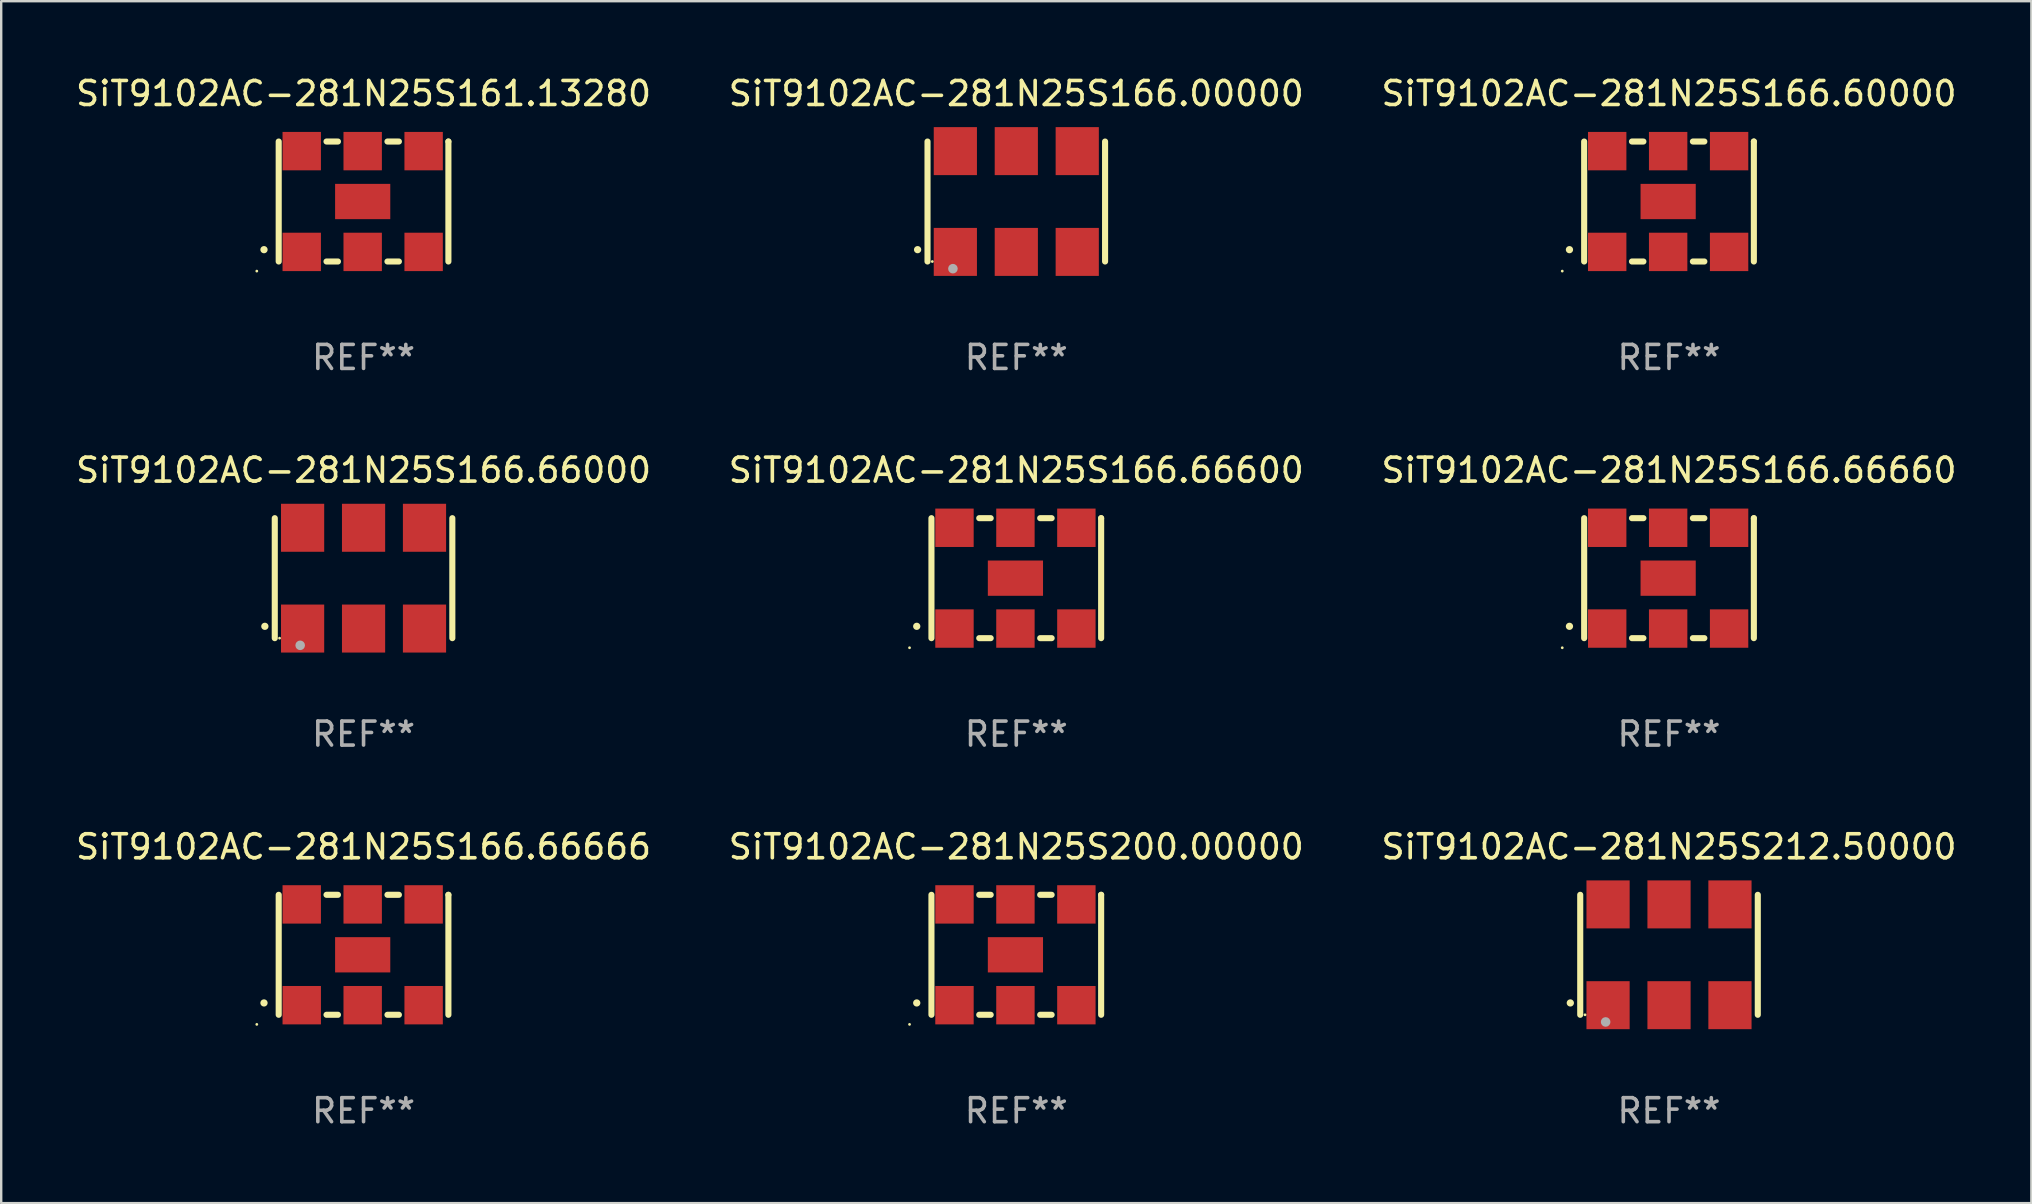
<source format=kicad_pcb>
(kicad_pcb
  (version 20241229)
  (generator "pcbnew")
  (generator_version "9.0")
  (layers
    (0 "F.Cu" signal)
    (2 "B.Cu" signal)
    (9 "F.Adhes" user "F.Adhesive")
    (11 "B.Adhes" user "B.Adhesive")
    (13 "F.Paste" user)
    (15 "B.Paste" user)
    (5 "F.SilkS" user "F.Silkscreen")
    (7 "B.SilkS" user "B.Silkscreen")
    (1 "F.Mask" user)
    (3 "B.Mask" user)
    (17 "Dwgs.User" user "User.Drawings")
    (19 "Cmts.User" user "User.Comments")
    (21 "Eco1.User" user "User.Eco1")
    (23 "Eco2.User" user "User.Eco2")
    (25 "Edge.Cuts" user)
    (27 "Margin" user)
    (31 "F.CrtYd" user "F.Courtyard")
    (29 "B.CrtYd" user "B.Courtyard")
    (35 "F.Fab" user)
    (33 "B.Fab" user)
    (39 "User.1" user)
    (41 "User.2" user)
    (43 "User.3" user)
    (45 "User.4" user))
  (footprint "SiT9102AC-281N25S166.00000"
    (layer "F.Cu")
    (at 39.304 5.348)
    (property "Reference" "SiT9102AC-281N25S166.00000" (at 0 -4.5 0) (layer "F.SilkS") (effects (font (size 1 1) (thickness 0.15))))
    (attr through_hole)
    (fp_line (start -3.7 -2.5) (end -3.7 2.5) (stroke (width 0.254) (type solid)) (layer "F.SilkS"))
    (fp_line (start 3.7 -2.5) (end 3.7 2.5) (stroke (width 0.254) (type solid)) (layer "F.SilkS"))
    (fp_arc (start -4.114415 2.006604) (mid -4.113145 2.006599) (end -4.111875 2.006604) (stroke (width 0.3) (type solid)) (layer "F.SilkS"))
    (fp_circle (center -3.5 2.501) (end -3.47 2.501) (stroke (width 0.06) (type solid)) (fill no) (layer "F.SilkS"))
    (fp_circle (center -2.641 2.799) (end -2.541 2.799) (stroke (width 0.2) (type solid)) (fill no) (layer "F.Fab"))
    (fp_text user "REF**" (at 0 6.5 0) (layer "F.Fab") (effects (font (size 1 1) (thickness 0.15))))
    (pad "1" smd rect (at -2.54 2.1) (size 1.8 2) (layers "F.Cu" "F.Mask" "F.Paste"))
    (pad "2" smd rect (at 0.000394 2.1) (size 1.8 2) (layers "F.Cu" "F.Mask" "F.Paste"))
    (pad "3" smd rect (at 2.54 2.1) (size 1.8 2) (layers "F.Cu" "F.Mask" "F.Paste"))
    (pad "4" smd rect (at 2.54 -2.1) (size 1.8 2) (layers "F.Cu" "F.Mask" "F.Paste"))
    (pad "5" smd rect (at 0.000394 -2.1) (size 1.8 2) (layers "F.Cu" "F.Mask" "F.Paste"))
    (pad "6" smd rect (at -2.54 -2.1) (size 1.8 2) (layers "F.Cu" "F.Mask" "F.Paste")))
  (footprint "SiT9102AC-281N25S200.00000"
    (layer "F.Cu")
    (at 39.304 36.741)
    (property "Reference" "SiT9102AC-281N25S200.00000" (at 0 -4.5 0) (layer "F.SilkS") (effects (font (size 1 1) (thickness 0.15))))
    (attr through_hole)
    (fp_line (start -3.536 -2.5) (end -3.536 2.5) (stroke (width 0.254) (type solid)) (layer "F.SilkS"))
    (fp_line (start -1.544 2.5) (end -1.067 2.5) (stroke (width 0.254) (type solid)) (layer "F.SilkS"))
    (fp_line (start -1.067 -2.5) (end -1.544 -2.5) (stroke (width 0.254) (type solid)) (layer "F.SilkS"))
    (fp_line (start 0.996 2.5) (end 1.473 2.5) (stroke (width 0.254) (type solid)) (layer "F.SilkS"))
    (fp_line (start 1.473 -2.5) (end 0.996 -2.5) (stroke (width 0.254) (type solid)) (layer "F.SilkS"))
    (fp_line (start 3.536 -2.5) (end 3.536 -2.5) (stroke (width 0.254) (type solid)) (layer "F.SilkS"))
    (fp_line (start 3.536 2.5) (end 3.536 -2.5) (stroke (width 0.254) (type solid)) (layer "F.SilkS"))
    (fp_arc (start -4.150432 2.006604) (mid -4.149162 2.006599) (end -4.147892 2.006604) (stroke (width 0.3) (type solid)) (layer "F.SilkS"))
    (fp_circle (center -4.449 2.9) (end -4.419 2.9) (stroke (width 0.06) (type solid)) (fill no) (layer "F.SilkS"))
    (fp_text user "REF**" (at 0 6.5 0) (layer "F.Fab") (effects (font (size 1 1) (thickness 0.15))))
    (pad "1" smd rect (at -2.576 2.1) (size 1.6 1.6) (layers "F.Cu" "F.Mask" "F.Paste"))
    (pad "2" smd rect (at -0.036 2.1) (size 1.6 1.6) (layers "F.Cu" "F.Mask" "F.Paste"))
    (pad "3" smd rect (at 2.504 2.1) (size 1.6 1.6) (layers "F.Cu" "F.Mask" "F.Paste"))
    (pad "4" smd rect (at 2.504 -2.1) (size 1.6 1.6) (layers "F.Cu" "F.Mask" "F.Paste"))
    (pad "5" smd rect (at -0.036 -2.1) (size 1.6 1.6) (layers "F.Cu" "F.Mask" "F.Paste"))
    (pad "6" smd rect (at -2.576 -2.1) (size 1.6 1.6) (layers "F.Cu" "F.Mask" "F.Paste"))
    (pad "7" smd rect (at -0.036 0) (size 2.3 1.47) (layers "F.Cu" "F.Mask" "F.Paste")))
  (footprint "SiT9102AC-281N25S166.66000"
    (layer "F.Cu")
    (at 12.101 21.045)
    (property "Reference" "SiT9102AC-281N25S166.66000" (at 0 -4.5 0) (layer "F.SilkS") (effects (font (size 1 1) (thickness 0.15))))
    (attr through_hole)
    (fp_line (start -3.7 -2.5) (end -3.7 2.5) (stroke (width 0.254) (type solid)) (layer "F.SilkS"))
    (fp_line (start 3.7 -2.5) (end 3.7 2.5) (stroke (width 0.254) (type solid)) (layer "F.SilkS"))
    (fp_arc (start -4.114415 2.006604) (mid -4.113145 2.006599) (end -4.111875 2.006604) (stroke (width 0.3) (type solid)) (layer "F.SilkS"))
    (fp_circle (center -3.5 2.501) (end -3.47 2.501) (stroke (width 0.06) (type solid)) (fill no) (layer "F.SilkS"))
    (fp_circle (center -2.641 2.799) (end -2.541 2.799) (stroke (width 0.2) (type solid)) (fill no) (layer "F.Fab"))
    (fp_text user "REF**" (at 0 6.5 0) (layer "F.Fab") (effects (font (size 1 1) (thickness 0.15))))
    (pad "1" smd rect (at -2.54 2.1) (size 1.8 2) (layers "F.Cu" "F.Mask" "F.Paste"))
    (pad "2" smd rect (at 0.000394 2.1) (size 1.8 2) (layers "F.Cu" "F.Mask" "F.Paste"))
    (pad "3" smd rect (at 2.54 2.1) (size 1.8 2) (layers "F.Cu" "F.Mask" "F.Paste"))
    (pad "4" smd rect (at 2.54 -2.1) (size 1.8 2) (layers "F.Cu" "F.Mask" "F.Paste"))
    (pad "5" smd rect (at 0.000394 -2.1) (size 1.8 2) (layers "F.Cu" "F.Mask" "F.Paste"))
    (pad "6" smd rect (at -2.54 -2.1) (size 1.8 2) (layers "F.Cu" "F.Mask" "F.Paste")))
  (footprint "SiT9102AC-281N25S166.60000"
    (layer "F.Cu")
    (at 66.506 5.348)
    (property "Reference" "SiT9102AC-281N25S166.60000" (at 0 -4.5 0) (layer "F.SilkS") (effects (font (size 1 1) (thickness 0.15))))
    (attr through_hole)
    (fp_line (start -3.536 -2.5) (end -3.536 2.5) (stroke (width 0.254) (type solid)) (layer "F.SilkS"))
    (fp_line (start -1.544 2.5) (end -1.067 2.5) (stroke (width 0.254) (type solid)) (layer "F.SilkS"))
    (fp_line (start -1.067 -2.5) (end -1.544 -2.5) (stroke (width 0.254) (type solid)) (layer "F.SilkS"))
    (fp_line (start 0.996 2.5) (end 1.473 2.5) (stroke (width 0.254) (type solid)) (layer "F.SilkS"))
    (fp_line (start 1.473 -2.5) (end 0.996 -2.5) (stroke (width 0.254) (type solid)) (layer "F.SilkS"))
    (fp_line (start 3.536 -2.5) (end 3.536 -2.5) (stroke (width 0.254) (type solid)) (layer "F.SilkS"))
    (fp_line (start 3.536 2.5) (end 3.536 -2.5) (stroke (width 0.254) (type solid)) (layer "F.SilkS"))
    (fp_arc (start -4.150432 2.006604) (mid -4.149162 2.006599) (end -4.147892 2.006604) (stroke (width 0.3) (type solid)) (layer "F.SilkS"))
    (fp_circle (center -4.449 2.9) (end -4.419 2.9) (stroke (width 0.06) (type solid)) (fill no) (layer "F.SilkS"))
    (fp_text user "REF**" (at 0 6.5 0) (layer "F.Fab") (effects (font (size 1 1) (thickness 0.15))))
    (pad "1" smd rect (at -2.576 2.1) (size 1.6 1.6) (layers "F.Cu" "F.Mask" "F.Paste"))
    (pad "2" smd rect (at -0.036 2.1) (size 1.6 1.6) (layers "F.Cu" "F.Mask" "F.Paste"))
    (pad "3" smd rect (at 2.504 2.1) (size 1.6 1.6) (layers "F.Cu" "F.Mask" "F.Paste"))
    (pad "4" smd rect (at 2.504 -2.1) (size 1.6 1.6) (layers "F.Cu" "F.Mask" "F.Paste"))
    (pad "5" smd rect (at -0.036 -2.1) (size 1.6 1.6) (layers "F.Cu" "F.Mask" "F.Paste"))
    (pad "6" smd rect (at -2.576 -2.1) (size 1.6 1.6) (layers "F.Cu" "F.Mask" "F.Paste"))
    (pad "7" smd rect (at -0.036 0) (size 2.3 1.47) (layers "F.Cu" "F.Mask" "F.Paste")))
  (footprint "SiT9102AC-281N25S166.66666"
    (layer "F.Cu")
    (at 12.101 36.741)
    (property "Reference" "SiT9102AC-281N25S166.66666" (at 0 -4.5 0) (layer "F.SilkS") (effects (font (size 1 1) (thickness 0.15))))
    (attr through_hole)
    (fp_line (start -3.536 -2.5) (end -3.536 2.5) (stroke (width 0.254) (type solid)) (layer "F.SilkS"))
    (fp_line (start -1.544 2.5) (end -1.067 2.5) (stroke (width 0.254) (type solid)) (layer "F.SilkS"))
    (fp_line (start -1.067 -2.5) (end -1.544 -2.5) (stroke (width 0.254) (type solid)) (layer "F.SilkS"))
    (fp_line (start 0.996 2.5) (end 1.473 2.5) (stroke (width 0.254) (type solid)) (layer "F.SilkS"))
    (fp_line (start 1.473 -2.5) (end 0.996 -2.5) (stroke (width 0.254) (type solid)) (layer "F.SilkS"))
    (fp_line (start 3.536 -2.5) (end 3.536 -2.5) (stroke (width 0.254) (type solid)) (layer "F.SilkS"))
    (fp_line (start 3.536 2.5) (end 3.536 -2.5) (stroke (width 0.254) (type solid)) (layer "F.SilkS"))
    (fp_arc (start -4.150432 2.006604) (mid -4.149162 2.006599) (end -4.147892 2.006604) (stroke (width 0.3) (type solid)) (layer "F.SilkS"))
    (fp_circle (center -4.449 2.9) (end -4.419 2.9) (stroke (width 0.06) (type solid)) (fill no) (layer "F.SilkS"))
    (fp_text user "REF**" (at 0 6.5 0) (layer "F.Fab") (effects (font (size 1 1) (thickness 0.15))))
    (pad "1" smd rect (at -2.576 2.1) (size 1.6 1.6) (layers "F.Cu" "F.Mask" "F.Paste"))
    (pad "2" smd rect (at -0.036 2.1) (size 1.6 1.6) (layers "F.Cu" "F.Mask" "F.Paste"))
    (pad "3" smd rect (at 2.504 2.1) (size 1.6 1.6) (layers "F.Cu" "F.Mask" "F.Paste"))
    (pad "4" smd rect (at 2.504 -2.1) (size 1.6 1.6) (layers "F.Cu" "F.Mask" "F.Paste"))
    (pad "5" smd rect (at -0.036 -2.1) (size 1.6 1.6) (layers "F.Cu" "F.Mask" "F.Paste"))
    (pad "6" smd rect (at -2.576 -2.1) (size 1.6 1.6) (layers "F.Cu" "F.Mask" "F.Paste"))
    (pad "7" smd rect (at -0.036 0) (size 2.3 1.47) (layers "F.Cu" "F.Mask" "F.Paste")))
  (footprint "SiT9102AC-281N25S166.66600"
    (layer "F.Cu")
    (at 39.304 21.045)
    (property "Reference" "SiT9102AC-281N25S166.66600" (at 0 -4.5 0) (layer "F.SilkS") (effects (font (size 1 1) (thickness 0.15))))
    (attr through_hole)
    (fp_line (start -3.536 -2.5) (end -3.536 2.5) (stroke (width 0.254) (type solid)) (layer "F.SilkS"))
    (fp_line (start -1.544 2.5) (end -1.067 2.5) (stroke (width 0.254) (type solid)) (layer "F.SilkS"))
    (fp_line (start -1.067 -2.5) (end -1.544 -2.5) (stroke (width 0.254) (type solid)) (layer "F.SilkS"))
    (fp_line (start 0.996 2.5) (end 1.473 2.5) (stroke (width 0.254) (type solid)) (layer "F.SilkS"))
    (fp_line (start 1.473 -2.5) (end 0.996 -2.5) (stroke (width 0.254) (type solid)) (layer "F.SilkS"))
    (fp_line (start 3.536 -2.5) (end 3.536 -2.5) (stroke (width 0.254) (type solid)) (layer "F.SilkS"))
    (fp_line (start 3.536 2.5) (end 3.536 -2.5) (stroke (width 0.254) (type solid)) (layer "F.SilkS"))
    (fp_arc (start -4.150432 2.006604) (mid -4.149162 2.006599) (end -4.147892 2.006604) (stroke (width 0.3) (type solid)) (layer "F.SilkS"))
    (fp_circle (center -4.449 2.9) (end -4.419 2.9) (stroke (width 0.06) (type solid)) (fill no) (layer "F.SilkS"))
    (fp_text user "REF**" (at 0 6.5 0) (layer "F.Fab") (effects (font (size 1 1) (thickness 0.15))))
    (pad "1" smd rect (at -2.576 2.1) (size 1.6 1.6) (layers "F.Cu" "F.Mask" "F.Paste"))
    (pad "2" smd rect (at -0.036 2.1) (size 1.6 1.6) (layers "F.Cu" "F.Mask" "F.Paste"))
    (pad "3" smd rect (at 2.504 2.1) (size 1.6 1.6) (layers "F.Cu" "F.Mask" "F.Paste"))
    (pad "4" smd rect (at 2.504 -2.1) (size 1.6 1.6) (layers "F.Cu" "F.Mask" "F.Paste"))
    (pad "5" smd rect (at -0.036 -2.1) (size 1.6 1.6) (layers "F.Cu" "F.Mask" "F.Paste"))
    (pad "6" smd rect (at -2.576 -2.1) (size 1.6 1.6) (layers "F.Cu" "F.Mask" "F.Paste"))
    (pad "7" smd rect (at -0.036 0) (size 2.3 1.47) (layers "F.Cu" "F.Mask" "F.Paste")))
  (footprint "SiT9102AC-281N25S166.66660"
    (layer "F.Cu")
    (at 66.506 21.045)
    (property "Reference" "SiT9102AC-281N25S166.66660" (at 0 -4.5 0) (layer "F.SilkS") (effects (font (size 1 1) (thickness 0.15))))
    (attr through_hole)
    (fp_line (start -3.536 -2.5) (end -3.536 2.5) (stroke (width 0.254) (type solid)) (layer "F.SilkS"))
    (fp_line (start -1.544 2.5) (end -1.067 2.5) (stroke (width 0.254) (type solid)) (layer "F.SilkS"))
    (fp_line (start -1.067 -2.5) (end -1.544 -2.5) (stroke (width 0.254) (type solid)) (layer "F.SilkS"))
    (fp_line (start 0.996 2.5) (end 1.473 2.5) (stroke (width 0.254) (type solid)) (layer "F.SilkS"))
    (fp_line (start 1.473 -2.5) (end 0.996 -2.5) (stroke (width 0.254) (type solid)) (layer "F.SilkS"))
    (fp_line (start 3.536 -2.5) (end 3.536 -2.5) (stroke (width 0.254) (type solid)) (layer "F.SilkS"))
    (fp_line (start 3.536 2.5) (end 3.536 -2.5) (stroke (width 0.254) (type solid)) (layer "F.SilkS"))
    (fp_arc (start -4.150432 2.006604) (mid -4.149162 2.006599) (end -4.147892 2.006604) (stroke (width 0.3) (type solid)) (layer "F.SilkS"))
    (fp_circle (center -4.449 2.9) (end -4.419 2.9) (stroke (width 0.06) (type solid)) (fill no) (layer "F.SilkS"))
    (fp_text user "REF**" (at 0 6.5 0) (layer "F.Fab") (effects (font (size 1 1) (thickness 0.15))))
    (pad "1" smd rect (at -2.576 2.1) (size 1.6 1.6) (layers "F.Cu" "F.Mask" "F.Paste"))
    (pad "2" smd rect (at -0.036 2.1) (size 1.6 1.6) (layers "F.Cu" "F.Mask" "F.Paste"))
    (pad "3" smd rect (at 2.504 2.1) (size 1.6 1.6) (layers "F.Cu" "F.Mask" "F.Paste"))
    (pad "4" smd rect (at 2.504 -2.1) (size 1.6 1.6) (layers "F.Cu" "F.Mask" "F.Paste"))
    (pad "5" smd rect (at -0.036 -2.1) (size 1.6 1.6) (layers "F.Cu" "F.Mask" "F.Paste"))
    (pad "6" smd rect (at -2.576 -2.1) (size 1.6 1.6) (layers "F.Cu" "F.Mask" "F.Paste"))
    (pad "7" smd rect (at -0.036 0) (size 2.3 1.47) (layers "F.Cu" "F.Mask" "F.Paste")))
  (footprint "SiT9102AC-281N25S212.50000"
    (layer "F.Cu")
    (at 66.506 36.741)
    (property "Reference" "SiT9102AC-281N25S212.50000" (at 0 -4.5 0) (layer "F.SilkS") (effects (font (size 1 1) (thickness 0.15))))
    (attr through_hole)
    (fp_line (start -3.7 -2.5) (end -3.7 2.5) (stroke (width 0.254) (type solid)) (layer "F.SilkS"))
    (fp_line (start 3.7 -2.5) (end 3.7 2.5) (stroke (width 0.254) (type solid)) (layer "F.SilkS"))
    (fp_arc (start -4.114415 2.006604) (mid -4.113145 2.006599) (end -4.111875 2.006604) (stroke (width 0.3) (type solid)) (layer "F.SilkS"))
    (fp_circle (center -3.5 2.501) (end -3.47 2.501) (stroke (width 0.06) (type solid)) (fill no) (layer "F.SilkS"))
    (fp_circle (center -2.641 2.799) (end -2.541 2.799) (stroke (width 0.2) (type solid)) (fill no) (layer "F.Fab"))
    (fp_text user "REF**" (at 0 6.5 0) (layer "F.Fab") (effects (font (size 1 1) (thickness 0.15))))
    (pad "1" smd rect (at -2.54 2.1) (size 1.8 2) (layers "F.Cu" "F.Mask" "F.Paste"))
    (pad "2" smd rect (at 0.000394 2.1) (size 1.8 2) (layers "F.Cu" "F.Mask" "F.Paste"))
    (pad "3" smd rect (at 2.54 2.1) (size 1.8 2) (layers "F.Cu" "F.Mask" "F.Paste"))
    (pad "4" smd rect (at 2.54 -2.1) (size 1.8 2) (layers "F.Cu" "F.Mask" "F.Paste"))
    (pad "5" smd rect (at 0.000394 -2.1) (size 1.8 2) (layers "F.Cu" "F.Mask" "F.Paste"))
    (pad "6" smd rect (at -2.54 -2.1) (size 1.8 2) (layers "F.Cu" "F.Mask" "F.Paste")))
  (footprint "SiT9102AC-281N25S161.13280"
    (layer "F.Cu")
    (at 12.101 5.348)
    (property "Reference" "SiT9102AC-281N25S161.13280" (at 0 -4.5 0) (layer "F.SilkS") (effects (font (size 1 1) (thickness 0.15))))
    (attr through_hole)
    (fp_line (start -3.536 -2.5) (end -3.536 2.5) (stroke (width 0.254) (type solid)) (layer "F.SilkS"))
    (fp_line (start -1.544 2.5) (end -1.067 2.5) (stroke (width 0.254) (type solid)) (layer "F.SilkS"))
    (fp_line (start -1.067 -2.5) (end -1.544 -2.5) (stroke (width 0.254) (type solid)) (layer "F.SilkS"))
    (fp_line (start 0.996 2.5) (end 1.473 2.5) (stroke (width 0.254) (type solid)) (layer "F.SilkS"))
    (fp_line (start 1.473 -2.5) (end 0.996 -2.5) (stroke (width 0.254) (type solid)) (layer "F.SilkS"))
    (fp_line (start 3.536 -2.5) (end 3.536 -2.5) (stroke (width 0.254) (type solid)) (layer "F.SilkS"))
    (fp_line (start 3.536 2.5) (end 3.536 -2.5) (stroke (width 0.254) (type solid)) (layer "F.SilkS"))
    (fp_arc (start -4.150432 2.006604) (mid -4.149162 2.006599) (end -4.147892 2.006604) (stroke (width 0.3) (type solid)) (layer "F.SilkS"))
    (fp_circle (center -4.449 2.9) (end -4.419 2.9) (stroke (width 0.06) (type solid)) (fill no) (layer "F.SilkS"))
    (fp_text user "REF**" (at 0 6.5 0) (layer "F.Fab") (effects (font (size 1 1) (thickness 0.15))))
    (pad "1" smd rect (at -2.576 2.1) (size 1.6 1.6) (layers "F.Cu" "F.Mask" "F.Paste"))
    (pad "2" smd rect (at -0.036 2.1) (size 1.6 1.6) (layers "F.Cu" "F.Mask" "F.Paste"))
    (pad "3" smd rect (at 2.504 2.1) (size 1.6 1.6) (layers "F.Cu" "F.Mask" "F.Paste"))
    (pad "4" smd rect (at 2.504 -2.1) (size 1.6 1.6) (layers "F.Cu" "F.Mask" "F.Paste"))
    (pad "5" smd rect (at -0.036 -2.1) (size 1.6 1.6) (layers "F.Cu" "F.Mask" "F.Paste"))
    (pad "6" smd rect (at -2.576 -2.1) (size 1.6 1.6) (layers "F.Cu" "F.Mask" "F.Paste"))
    (pad "7" smd rect (at -0.036 0) (size 2.3 1.47) (layers "F.Cu" "F.Mask" "F.Paste")))
  (gr_rect
    (start -3 -3)
    (end 81.607 47.09)
    (stroke (width 0.1) (type default))
    (fill no)
    (layer "Edge.Cuts")))
</source>
